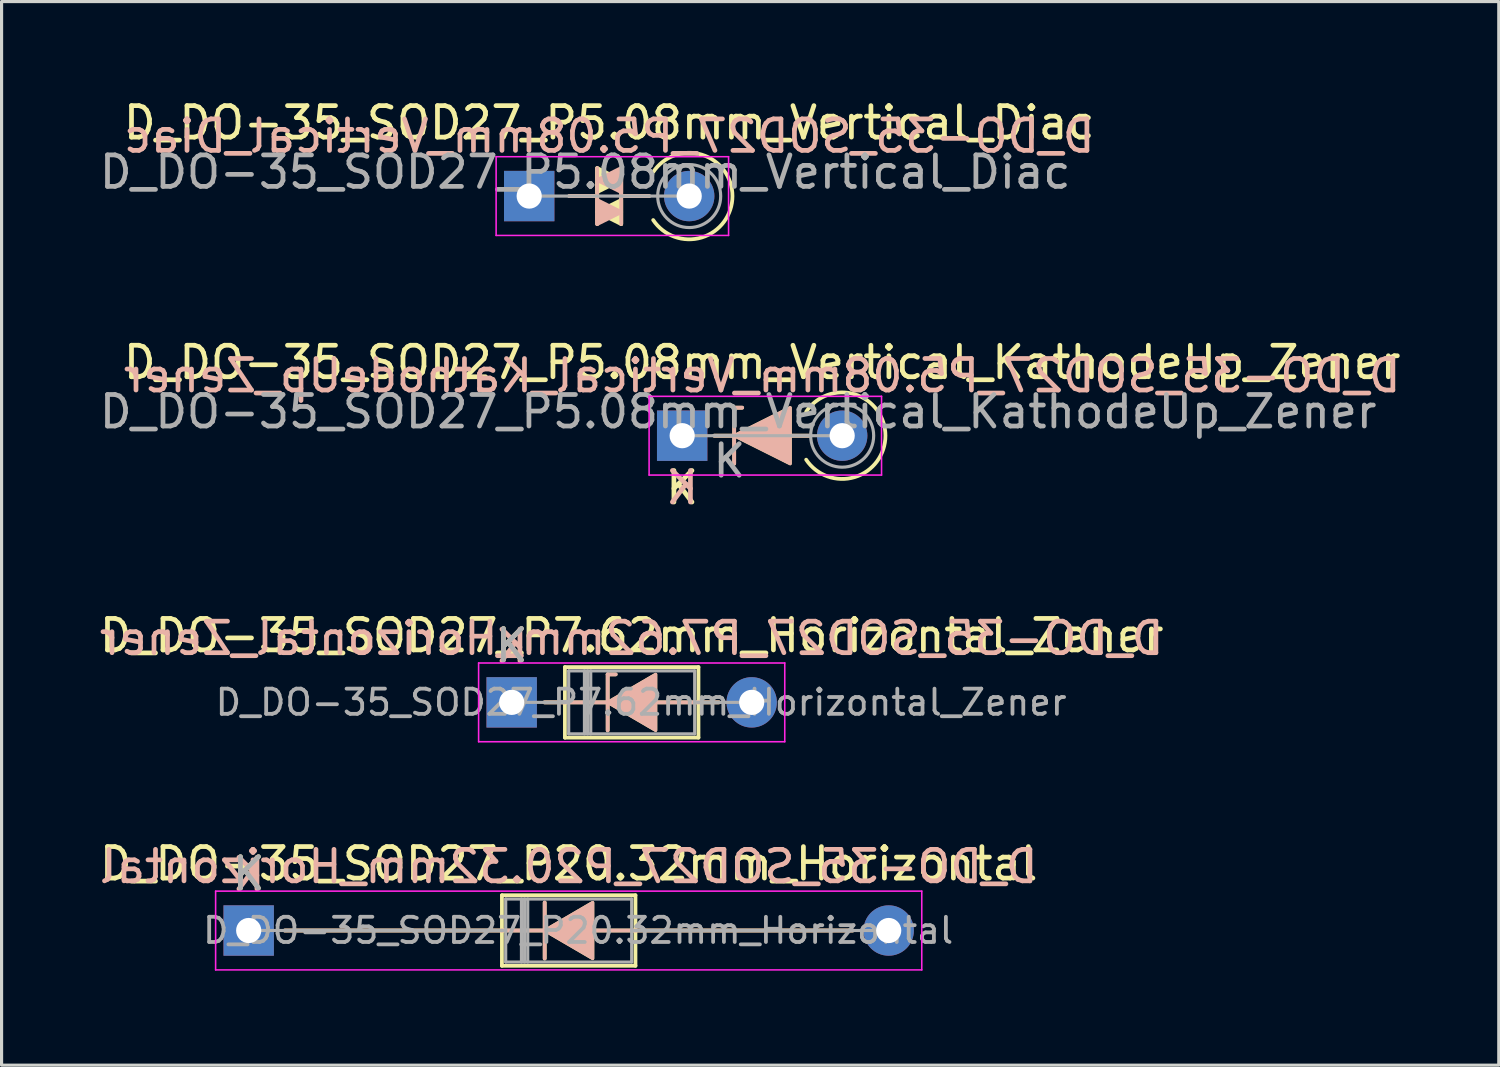
<source format=kicad_pcb>
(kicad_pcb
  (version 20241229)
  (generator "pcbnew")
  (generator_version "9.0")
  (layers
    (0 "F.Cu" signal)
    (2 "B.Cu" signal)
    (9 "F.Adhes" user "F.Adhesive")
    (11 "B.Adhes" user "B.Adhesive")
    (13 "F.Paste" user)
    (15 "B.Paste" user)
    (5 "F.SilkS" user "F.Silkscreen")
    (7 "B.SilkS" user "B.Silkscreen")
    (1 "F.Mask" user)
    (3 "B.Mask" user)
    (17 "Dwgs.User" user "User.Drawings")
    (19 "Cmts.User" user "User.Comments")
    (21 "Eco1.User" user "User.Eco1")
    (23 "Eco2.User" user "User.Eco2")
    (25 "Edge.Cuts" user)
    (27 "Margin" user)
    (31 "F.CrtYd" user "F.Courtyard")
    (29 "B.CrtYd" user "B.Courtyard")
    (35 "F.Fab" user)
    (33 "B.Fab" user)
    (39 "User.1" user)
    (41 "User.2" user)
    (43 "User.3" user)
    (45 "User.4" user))
  (footprint "D_DO-35_SOD27_P5.08mm_Vertical_KathodeUp_Zener"
    (layer "F.Cu")
    (at 18.609 10.783)
    (property "Reference" "D_DO-35_SOD27_P5.08mm_Vertical_KathodeUp_Zener" (at 2.54 -2.326 0) (layer "F.SilkS") (effects (font (size 1 1) (thickness 0.15))))
    (fp_line (start 1.651 -0.889) (end 1.651 0.889) (stroke (width 0.12) (type solid)) (layer "F.SilkS"))
    (fp_line (start 1.651 -0.889) (end 1.905 -0.889) (stroke (width 0.12) (type solid)) (layer "F.SilkS"))
    (fp_line (start 4.064 0) (end 1.016 0) (stroke (width 0.12) (type solid)) (layer "F.SilkS"))
    (fp_arc (start 3.937 -0.761998) (mid 6.453713 0.000001) (end 3.937 0.762) (stroke (width 0.12) (type solid)) (layer "F.SilkS"))
    (fp_poly (pts (xy 3.429 0.889) (xy 1.651 0) (xy 3.429 -0.889)) (stroke (width 0.1) (type solid)) (fill yes) (layer "F.SilkS"))
    (fp_line (start 1.651 -0.889) (end 1.905 -0.889) (stroke (width 0.12) (type solid)) (layer "B.SilkS"))
    (fp_line (start 1.651 0.889) (end 1.651 -0.889) (stroke (width 0.12) (type solid)) (layer "B.SilkS"))
    (fp_line (start 4.064 0) (end 1.016 0) (stroke (width 0.12) (type solid)) (layer "B.SilkS"))
    (fp_poly (pts (xy 3.429 -0.889) (xy 1.651 0) (xy 3.429 0.889)) (stroke (width 0.1) (type solid)) (fill yes) (layer "B.SilkS"))
    (fp_line (start -1.05 -1.25) (end -1.05 1.25) (stroke (width 0.05) (type solid)) (layer "F.CrtYd"))
    (fp_line (start -1.05 1.25) (end 6.33 1.25) (stroke (width 0.05) (type solid)) (layer "F.CrtYd"))
    (fp_line (start 6.33 -1.25) (end -1.05 -1.25) (stroke (width 0.05) (type solid)) (layer "F.CrtYd"))
    (fp_line (start 6.33 1.25) (end 6.33 -1.25) (stroke (width 0.05) (type solid)) (layer "F.CrtYd"))
    (fp_line (start 0 0) (end 5.08 0) (stroke (width 0.1) (type solid)) (layer "F.Fab"))
    (fp_circle (center 5.08 0) (end 6.08 0) (stroke (width 0.1) (type solid)) (fill no) (layer "F.Fab"))
    (fp_text user "K" (at 0 1.651 0) (layer "F.SilkS") (effects (font (size 1 1) (thickness 0.15))))
    (fp_text user "${REFERENCE}" (at 2.54 -1.905 0) (layer "B.SilkS") (effects (font (size 1 1) (thickness 0.15)) (justify mirror)))
    (fp_text user "K" (at 0 1.651 0) (layer "B.SilkS") (effects (font (size 1 1) (thickness 0.15)) (justify mirror)))
    (fp_text user "K" (at 1.5 0.8 0) (layer "F.Fab") (effects (font (size 1 1) (thickness 0.15))))
    (fp_text user "${REFERENCE}" (at 1.778 -0.762 0) (layer "F.Fab") (effects (font (size 1 1) (thickness 0.15))))
    (pad "1" thru_hole rect (at 0 0) (size 1.6 1.6) (drill 0.8) (layers "*.Cu" "*.Mask"))
    (pad "2" thru_hole oval (at 5.08 0) (size 1.6 1.6) (drill 0.8) (layers "*.Cu" "*.Mask")))
  (footprint "D_DO-35_SOD27_P20.32mm_Horizontal"
    (layer "F.Cu")
    (at 4.846 26.494)
    (property "Reference" "D_DO-35_SOD27_P20.32mm_Horizontal" (at 10.16 -2.12 0) (layer "F.SilkS") (effects (font (size 1 1) (thickness 0.15))))
    (fp_line (start 1.143 0) (end 8.04 0) (stroke (width 0.12) (type solid)) (layer "F.SilkS"))
    (fp_line (start 8.04 -1.12) (end 8.04 1.12) (stroke (width 0.12) (type solid)) (layer "F.SilkS"))
    (fp_line (start 8.04 0) (end 9.779 0) (stroke (width 0.12) (type solid)) (layer "F.SilkS"))
    (fp_line (start 8.04 1.12) (end 12.28 1.12) (stroke (width 0.12) (type solid)) (layer "F.SilkS"))
    (fp_line (start 9.398 -0.889) (end 9.398 0.889) (stroke (width 0.12) (type solid)) (layer "F.SilkS"))
    (fp_line (start 12.28 -1.12) (end 8.04 -1.12) (stroke (width 0.12) (type solid)) (layer "F.SilkS"))
    (fp_line (start 12.28 0) (end 10.922 0) (stroke (width 0.12) (type solid)) (layer "F.SilkS"))
    (fp_line (start 12.28 1.12) (end 12.28 -1.12) (stroke (width 0.12) (type solid)) (layer "F.SilkS"))
    (fp_line (start 19.177 0) (end 12.28 0) (stroke (width 0.12) (type solid)) (layer "F.SilkS"))
    (fp_poly (pts (xy 10.922 0.889) (xy 9.398 0) (xy 10.922 -0.889)) (stroke (width 0.1) (type solid)) (fill yes) (layer "F.SilkS"))
    (fp_line (start 1.143 0) (end 8.04 0) (stroke (width 0.12) (type solid)) (layer "B.SilkS"))
    (fp_line (start 8.04 0) (end 9.779 0) (stroke (width 0.12) (type solid)) (layer "B.SilkS"))
    (fp_line (start 9.398 0.889) (end 9.398 -0.889) (stroke (width 0.12) (type solid)) (layer "B.SilkS"))
    (fp_line (start 12.28 0) (end 10.922 0) (stroke (width 0.12) (type solid)) (layer "B.SilkS"))
    (fp_line (start 19.177 0) (end 12.28 0) (stroke (width 0.12) (type solid)) (layer "B.SilkS"))
    (fp_poly (pts (xy 10.922 -0.889) (xy 9.398 0) (xy 10.922 0.889)) (stroke (width 0.1) (type solid)) (fill yes) (layer "B.SilkS"))
    (fp_line (start -1.05 -1.25) (end -1.05 1.25) (stroke (width 0.05) (type solid)) (layer "F.CrtYd"))
    (fp_line (start -1.05 1.25) (end 21.37 1.25) (stroke (width 0.05) (type solid)) (layer "F.CrtYd"))
    (fp_line (start 21.37 -1.25) (end -1.05 -1.25) (stroke (width 0.05) (type solid)) (layer "F.CrtYd"))
    (fp_line (start 21.37 1.25) (end 21.37 -1.25) (stroke (width 0.05) (type solid)) (layer "F.CrtYd"))
    (fp_line (start 0 0) (end 8.16 0) (stroke (width 0.1) (type solid)) (layer "F.Fab"))
    (fp_line (start 8.16 -1) (end 8.16 1) (stroke (width 0.1) (type solid)) (layer "F.Fab"))
    (fp_line (start 8.16 1) (end 12.16 1) (stroke (width 0.1) (type solid)) (layer "F.Fab"))
    (fp_line (start 8.66 -1) (end 8.66 1) (stroke (width 0.1) (type solid)) (layer "F.Fab"))
    (fp_line (start 8.76 -1) (end 8.76 1) (stroke (width 0.1) (type solid)) (layer "F.Fab"))
    (fp_line (start 8.86 -1) (end 8.86 1) (stroke (width 0.1) (type solid)) (layer "F.Fab"))
    (fp_line (start 12.16 -1) (end 8.16 -1) (stroke (width 0.1) (type solid)) (layer "F.Fab"))
    (fp_line (start 12.16 1) (end 12.16 -1) (stroke (width 0.1) (type solid)) (layer "F.Fab"))
    (fp_line (start 20.32 0) (end 12.16 0) (stroke (width 0.1) (type solid)) (layer "F.Fab"))
    (fp_text user "K" (at 0 -1.8 0) (layer "F.SilkS") (effects (font (size 1 1) (thickness 0.15))))
    (fp_text user "K" (at 0 -1.778 0) (layer "B.SilkS") (effects (font (size 1 1) (thickness 0.15)) (justify mirror)))
    (fp_text user "${REFERENCE}" (at 10.16 -2.032 0) (layer "B.SilkS") (effects (font (size 1 1) (thickness 0.15)) (justify mirror)))
    (fp_text user "K" (at 0 -1.8 0) (layer "F.Fab") (effects (font (size 1 1) (thickness 0.15))))
    (fp_text user "${REFERENCE}" (at 10.46 0 0) (layer "F.Fab") (effects (font (size 0.8 0.8) (thickness 0.12))))
    (pad "1" thru_hole rect (at 0 0) (size 1.6 1.6) (drill 0.8) (layers "*.Cu" "*.Mask"))
    (pad "2" thru_hole oval (at 20.32 0) (size 1.6 1.6) (drill 0.8) (layers "*.Cu" "*.Mask")))
  (footprint "D_DO-35_SOD27_P5.08mm_Vertical_Diac"
    (layer "F.Cu")
    (at 13.752 3.175)
    (property "Reference" "D_DO-35_SOD27_P5.08mm_Vertical_Diac" (at 2.54 -2.326 0) (layer "F.SilkS") (effects (font (size 1 1) (thickness 0.15))))
    (fp_line (start 1.27 0) (end 2.159 0) (stroke (width 0.12) (type solid)) (layer "F.SilkS"))
    (fp_line (start 2.159 -0.889) (end 2.159 0.889) (stroke (width 0.12) (type solid)) (layer "F.SilkS"))
    (fp_line (start 2.921 -0.889) (end 2.921 0.889) (stroke (width 0.12) (type solid)) (layer "F.SilkS"))
    (fp_line (start 3.81 0) (end 2.921 0) (stroke (width 0.12) (type solid)) (layer "F.SilkS"))
    (fp_arc (start 3.937 -0.761998) (mid 6.453713 0.000001) (end 3.937 0.762) (stroke (width 0.12) (type solid)) (layer "F.SilkS"))
    (fp_poly (pts (xy 2.921 -0.508) (xy 2.159 -0.127) (xy 2.159 -0.889)) (stroke (width 0.12) (type solid)) (fill yes) (layer "F.SilkS"))
    (fp_poly (pts (xy 2.921 0.889) (xy 2.159 0.508) (xy 2.921 0.127)) (stroke (width 0.12) (type solid)) (fill yes) (layer "F.SilkS"))
    (fp_line (start 1.27 0) (end 2.159 0) (stroke (width 0.12) (type solid)) (layer "B.SilkS"))
    (fp_line (start 2.159 0.889) (end 2.159 -0.889) (stroke (width 0.12) (type solid)) (layer "B.SilkS"))
    (fp_line (start 2.921 0.889) (end 2.921 -0.889) (stroke (width 0.12) (type solid)) (layer "B.SilkS"))
    (fp_line (start 3.81 0) (end 2.921 0) (stroke (width 0.12) (type solid)) (layer "B.SilkS"))
    (fp_poly (pts (xy 2.921 -0.889) (xy 2.159 -0.508) (xy 2.921 -0.127)) (stroke (width 0.12) (type solid)) (fill yes) (layer "B.SilkS"))
    (fp_poly (pts (xy 2.921 0.508) (xy 2.159 0.127) (xy 2.159 0.889)) (stroke (width 0.12) (type solid)) (fill yes) (layer "B.SilkS"))
    (fp_line (start -1.05 -1.25) (end -1.05 1.25) (stroke (width 0.05) (type solid)) (layer "F.CrtYd"))
    (fp_line (start -1.05 1.25) (end 6.33 1.25) (stroke (width 0.05) (type solid)) (layer "F.CrtYd"))
    (fp_line (start 6.33 -1.25) (end -1.05 -1.25) (stroke (width 0.05) (type solid)) (layer "F.CrtYd"))
    (fp_line (start 6.33 1.25) (end 6.33 -1.25) (stroke (width 0.05) (type solid)) (layer "F.CrtYd"))
    (fp_line (start 0 0) (end 5.08 0) (stroke (width 0.1) (type solid)) (layer "F.Fab"))
    (fp_circle (center 5.08 0) (end 6.08 0) (stroke (width 0.1) (type solid)) (fill no) (layer "F.Fab"))
    (fp_text user "${REFERENCE}" (at 2.54 -1.905 0) (layer "B.SilkS") (effects (font (size 1 1) (thickness 0.15)) (justify mirror)))
    (fp_text user "${REFERENCE}" (at 1.778 -0.762 0) (layer "F.Fab") (effects (font (size 1 1) (thickness 0.15))))
    (pad "1" thru_hole rect (at 0 0) (size 1.6 1.6) (drill 0.8) (layers "*.Cu" "*.Mask"))
    (pad "2" thru_hole oval (at 5.08 0) (size 1.6 1.6) (drill 0.8) (layers "*.Cu" "*.Mask")))
  (footprint "D_DO-35_SOD27_P7.62mm_Horizontal_Zener"
    (layer "F.Cu")
    (at 13.196 19.25)
    (property "Reference" "D_DO-35_SOD27_P7.62mm_Horizontal_Zener" (at 3.81 -2.12 0) (layer "F.SilkS") (effects (font (size 1 1) (thickness 0.15))))
    (fp_line (start 1.04 0) (end 1.69 0) (stroke (width 0.12) (type solid)) (layer "F.SilkS"))
    (fp_line (start 1.651 0) (end 3.048 0) (stroke (width 0.12) (type solid)) (layer "F.SilkS"))
    (fp_line (start 1.69 -1.12) (end 1.69 1.12) (stroke (width 0.12) (type solid)) (layer "F.SilkS"))
    (fp_line (start 1.69 1.12) (end 5.93 1.12) (stroke (width 0.12) (type solid)) (layer "F.SilkS"))
    (fp_line (start 3.048 -0.889) (end 3.048 0.889) (stroke (width 0.12) (type solid)) (layer "F.SilkS"))
    (fp_line (start 3.048 -0.889) (end 3.302 -0.889) (stroke (width 0.12) (type solid)) (layer "F.SilkS"))
    (fp_line (start 5.93 -1.12) (end 1.69 -1.12) (stroke (width 0.12) (type solid)) (layer "F.SilkS"))
    (fp_line (start 5.93 0) (end 4.636 0) (stroke (width 0.12) (type solid)) (layer "F.SilkS"))
    (fp_line (start 5.93 1.12) (end 5.93 -1.12) (stroke (width 0.12) (type solid)) (layer "F.SilkS"))
    (fp_line (start 6.58 0) (end 5.93 0) (stroke (width 0.12) (type solid)) (layer "F.SilkS"))
    (fp_poly (pts (xy 4.572 0.889) (xy 3.048 0) (xy 4.572 -0.889)) (stroke (width 0.1) (type solid)) (fill yes) (layer "F.SilkS"))
    (fp_line (start 1.04 0) (end 1.69 0) (stroke (width 0.12) (type solid)) (layer "B.SilkS"))
    (fp_line (start 1.651 0) (end 3.048 0) (stroke (width 0.12) (type solid)) (layer "B.SilkS"))
    (fp_line (start 3.048 -0.889) (end 3.302 -0.889) (stroke (width 0.12) (type solid)) (layer "B.SilkS"))
    (fp_line (start 3.048 0.889) (end 3.048 -0.889) (stroke (width 0.12) (type solid)) (layer "B.SilkS"))
    (fp_line (start 5.93 0) (end 4.636 0) (stroke (width 0.12) (type solid)) (layer "B.SilkS"))
    (fp_line (start 6.58 0) (end 5.93 0) (stroke (width 0.12) (type solid)) (layer "B.SilkS"))
    (fp_poly (pts (xy 4.572 -0.889) (xy 3.048 0) (xy 4.572 0.889)) (stroke (width 0.1) (type solid)) (fill yes) (layer "B.SilkS"))
    (fp_line (start -1.05 -1.25) (end -1.05 1.25) (stroke (width 0.05) (type solid)) (layer "F.CrtYd"))
    (fp_line (start -1.05 1.25) (end 8.67 1.25) (stroke (width 0.05) (type solid)) (layer "F.CrtYd"))
    (fp_line (start 8.67 -1.25) (end -1.05 -1.25) (stroke (width 0.05) (type solid)) (layer "F.CrtYd"))
    (fp_line (start 8.67 1.25) (end 8.67 -1.25) (stroke (width 0.05) (type solid)) (layer "F.CrtYd"))
    (fp_line (start 0 0) (end 1.81 0) (stroke (width 0.1) (type solid)) (layer "F.Fab"))
    (fp_line (start 1.81 -1) (end 1.81 1) (stroke (width 0.1) (type solid)) (layer "F.Fab"))
    (fp_line (start 1.81 1) (end 5.81 1) (stroke (width 0.1) (type solid)) (layer "F.Fab"))
    (fp_line (start 2.31 -1) (end 2.31 1) (stroke (width 0.1) (type solid)) (layer "F.Fab"))
    (fp_line (start 2.41 -1) (end 2.41 1) (stroke (width 0.1) (type solid)) (layer "F.Fab"))
    (fp_line (start 2.51 -1) (end 2.51 1) (stroke (width 0.1) (type solid)) (layer "F.Fab"))
    (fp_line (start 5.81 -1) (end 1.81 -1) (stroke (width 0.1) (type solid)) (layer "F.Fab"))
    (fp_line (start 5.81 1) (end 5.81 -1) (stroke (width 0.1) (type solid)) (layer "F.Fab"))
    (fp_line (start 7.62 0) (end 5.81 0) (stroke (width 0.1) (type solid)) (layer "F.Fab"))
    (fp_text user "K" (at 0 -1.8 0) (layer "F.SilkS") (effects (font (size 1 1) (thickness 0.15))))
    (fp_text user "${REFERENCE}" (at 3.81 -2.032 0) (layer "B.SilkS") (effects (font (size 1 1) (thickness 0.15)) (justify mirror)))
    (fp_text user "K" (at 0 -1.778 0) (layer "B.SilkS") (effects (font (size 1 1) (thickness 0.15)) (justify mirror)))
    (fp_text user "${REFERENCE}" (at 4.11 0 0) (layer "F.Fab") (effects (font (size 0.8 0.8) (thickness 0.12))))
    (fp_text user "K" (at 0 -1.8 0) (layer "F.Fab") (effects (font (size 1 1) (thickness 0.15))))
    (pad "1" thru_hole rect (at 0 0) (size 1.6 1.6) (drill 0.8) (layers "*.Cu" "*.Mask"))
    (pad "2" thru_hole oval (at 7.62 0) (size 1.6 1.6) (drill 0.8) (layers "*.Cu" "*.Mask")))
  (gr_rect
    (start -3 -3)
    (end 44.536 30.769)
    (stroke (width 0.1) (type default))
    (fill no)
    (layer "Edge.Cuts")))
</source>
